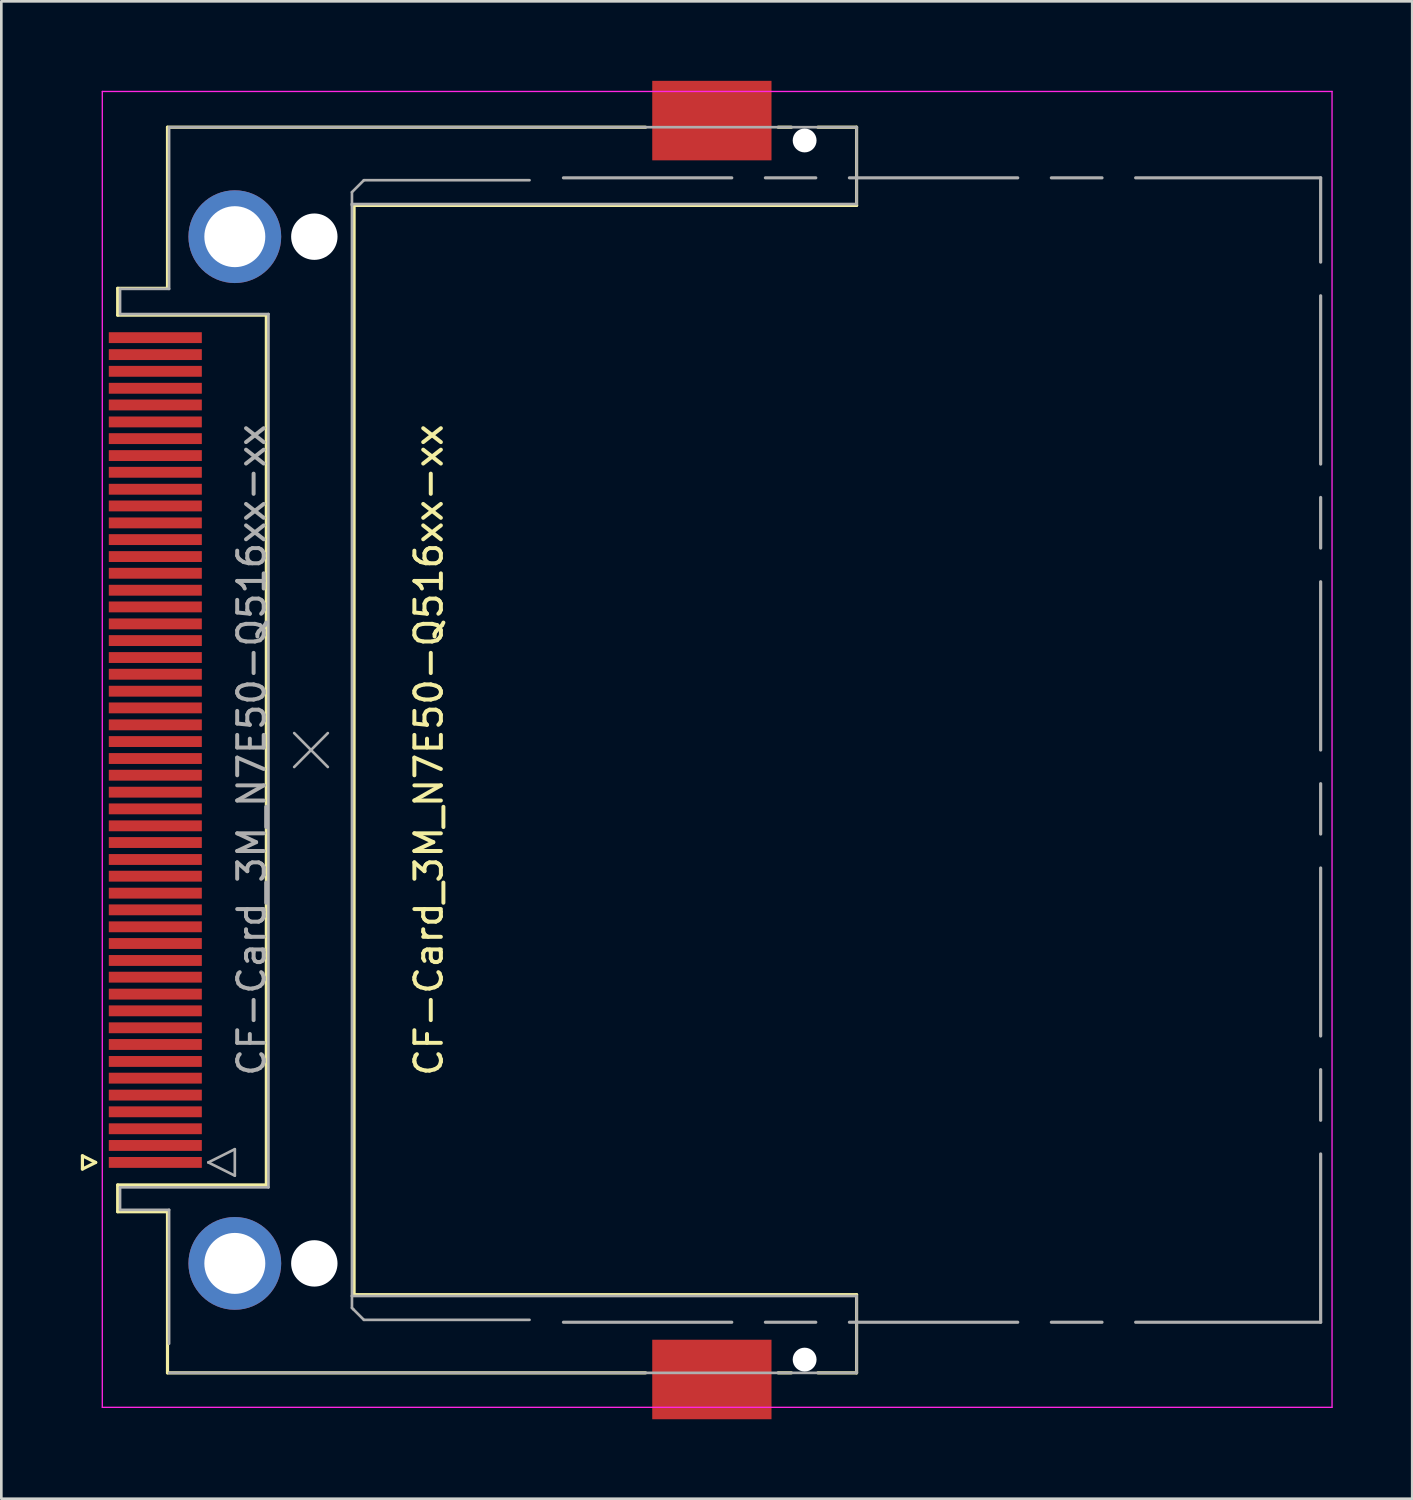
<source format=kicad_pcb>
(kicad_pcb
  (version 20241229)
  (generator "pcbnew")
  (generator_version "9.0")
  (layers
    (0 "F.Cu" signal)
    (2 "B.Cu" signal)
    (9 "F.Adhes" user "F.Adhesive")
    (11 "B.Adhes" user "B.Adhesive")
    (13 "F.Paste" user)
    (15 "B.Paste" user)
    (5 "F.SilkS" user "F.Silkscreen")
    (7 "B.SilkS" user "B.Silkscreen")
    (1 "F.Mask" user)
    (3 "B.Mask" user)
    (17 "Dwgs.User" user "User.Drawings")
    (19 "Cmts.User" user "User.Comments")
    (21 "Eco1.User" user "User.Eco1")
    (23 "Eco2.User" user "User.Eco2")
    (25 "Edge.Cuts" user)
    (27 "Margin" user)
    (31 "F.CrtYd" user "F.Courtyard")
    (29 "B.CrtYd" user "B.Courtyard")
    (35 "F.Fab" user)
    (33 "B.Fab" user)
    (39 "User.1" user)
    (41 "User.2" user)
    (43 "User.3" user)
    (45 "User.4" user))
  (footprint "CF-Card_3M_N7E50-Q516xx-xx"
    (layer "F.Cu")
    (at 5.91 25.25)
    (property "Reference" "CF-Card_3M_N7E50-Q516xx-xx" (at 7.22 0 270) (layer "F.SilkS") (effects (font (size 1 1) (thickness 0.15))))
    (attr smd)
    (fp_line (start -5.85 15.31) (end -5.35 15.56) (stroke (width 0.12) (type solid)) (layer "F.SilkS"))
    (fp_line (start -5.85 15.81) (end -5.85 15.31) (stroke (width 0.12) (type solid)) (layer "F.SilkS"))
    (fp_line (start -5.35 15.56) (end -5.85 15.81) (stroke (width 0.12) (type solid)) (layer "F.SilkS"))
    (fp_line (start -4.52 -17.42) (end -2.64 -17.42) (stroke (width 0.12) (type solid)) (layer "F.SilkS"))
    (fp_line (start -4.52 -16.41) (end -4.52 -17.42) (stroke (width 0.12) (type solid)) (layer "F.SilkS"))
    (fp_line (start -4.52 16.41) (end 1.09 16.41) (stroke (width 0.12) (type solid)) (layer "F.SilkS"))
    (fp_line (start -4.52 17.42) (end -4.52 16.41) (stroke (width 0.12) (type solid)) (layer "F.SilkS"))
    (fp_line (start -2.64 -23.5) (end 15.4 -23.5) (stroke (width 0.12) (type solid)) (layer "F.SilkS"))
    (fp_line (start -2.64 -17.42) (end -2.64 -23.5) (stroke (width 0.12) (type solid)) (layer "F.SilkS"))
    (fp_line (start -2.64 17.42) (end -4.52 17.42) (stroke (width 0.12) (type solid)) (layer "F.SilkS"))
    (fp_line (start -2.64 23.5) (end -2.64 17.42) (stroke (width 0.12) (type solid)) (layer "F.SilkS"))
    (fp_line (start 1.09 -16.41) (end -4.52 -16.41) (stroke (width 0.12) (type solid)) (layer "F.SilkS"))
    (fp_line (start 1.09 16.41) (end 1.09 -16.41) (stroke (width 0.12) (type solid)) (layer "F.SilkS"))
    (fp_line (start 4.4 -20.55) (end 23.36 -20.55) (stroke (width 0.12) (type solid)) (layer "F.SilkS"))
    (fp_line (start 4.4 20.55) (end 4.4 -20.55) (stroke (width 0.12) (type solid)) (layer "F.SilkS"))
    (fp_line (start 15.4 23.5) (end -2.64 23.5) (stroke (width 0.12) (type solid)) (layer "F.SilkS"))
    (fp_line (start 20.4 23.5) (end 20.9 23.5) (stroke (width 0.12) (type solid)) (layer "F.SilkS"))
    (fp_line (start 20.9 -23.5) (end 20.4 -23.5) (stroke (width 0.12) (type solid)) (layer "F.SilkS"))
    (fp_line (start 23.36 -23.5) (end 21.9 -23.5) (stroke (width 0.12) (type solid)) (layer "F.SilkS"))
    (fp_line (start 23.36 -20.55) (end 23.36 -23.5) (stroke (width 0.12) (type solid)) (layer "F.SilkS"))
    (fp_line (start 23.36 20.55) (end 4.4 20.55) (stroke (width 0.12) (type solid)) (layer "F.SilkS"))
    (fp_line (start 23.36 23.5) (end 21.9 23.5) (stroke (width 0.12) (type solid)) (layer "F.SilkS"))
    (fp_line (start 23.36 23.5) (end 23.36 20.55) (stroke (width 0.12) (type solid)) (layer "F.SilkS"))
    (fp_line (start -5.1 -24.85) (end 41.3 -24.85) (stroke (width 0.05) (type solid)) (layer "F.CrtYd"))
    (fp_line (start -5.1 24.8) (end -5.1 -24.85) (stroke (width 0.05) (type solid)) (layer "F.CrtYd"))
    (fp_line (start -5.1 24.8) (end 41.3 24.8) (stroke (width 0.05) (type solid)) (layer "F.CrtYd"))
    (fp_line (start 41.3 24.8) (end 41.3 -24.85) (stroke (width 0.05) (type solid)) (layer "F.CrtYd"))
    (fp_line (start -4.43 -17.4) (end -4.43 -16.45) (stroke (width 0.1) (type solid)) (layer "F.Fab"))
    (fp_line (start -4.43 -16.45) (end 1.17 -16.45) (stroke (width 0.1) (type solid)) (layer "F.Fab"))
    (fp_line (start -4.43 16.5) (end -4.43 17.35) (stroke (width 0.1) (type solid)) (layer "F.Fab"))
    (fp_line (start -4.43 17.35) (end -2.58 17.35) (stroke (width 0.1) (type solid)) (layer "F.Fab"))
    (fp_line (start -2.58 -23.5) (end -2.58 -17.4) (stroke (width 0.1) (type solid)) (layer "F.Fab"))
    (fp_line (start -2.58 -17.4) (end -4.43 -17.4) (stroke (width 0.1) (type solid)) (layer "F.Fab"))
    (fp_line (start -2.58 17.35) (end -2.58 22.4) (stroke (width 0.1) (type solid)) (layer "F.Fab"))
    (fp_line (start -2.58 23.5) (end 23.36 23.5) (stroke (width 0.1) (type solid)) (layer "F.Fab"))
    (fp_line (start -1.1 15.56) (end -0.1 15.06) (stroke (width 0.1) (type solid)) (layer "F.Fab"))
    (fp_line (start -0.1 15.06) (end -0.1 16.06) (stroke (width 0.1) (type solid)) (layer "F.Fab"))
    (fp_line (start -0.1 16.06) (end -1.1 15.56) (stroke (width 0.1) (type solid)) (layer "F.Fab"))
    (fp_line (start 1.17 -16.45) (end 1.17 16.5) (stroke (width 0.1) (type solid)) (layer "F.Fab"))
    (fp_line (start 1.17 16.5) (end -4.43 16.5) (stroke (width 0.1) (type solid)) (layer "F.Fab"))
    (fp_line (start 2.14 -0.64) (end 3.41 0.64) (stroke (width 0.1) (type solid)) (layer "F.Fab"))
    (fp_line (start 2.14 0.64) (end 3.41 -0.64) (stroke (width 0.1) (type solid)) (layer "F.Fab"))
    (fp_line (start 4.32 -21.05) (end 4.32 -20.55) (stroke (width 0.1) (type solid)) (layer "F.Fab"))
    (fp_line (start 4.32 -20.6) (end 23.36 -20.6) (stroke (width 0.1) (type solid)) (layer "F.Fab"))
    (fp_line (start 4.32 20.6) (end 4.32 -20.6) (stroke (width 0.1) (type solid)) (layer "F.Fab"))
    (fp_line (start 4.32 21.05) (end 4.32 20.6) (stroke (width 0.1) (type solid)) (layer "F.Fab"))
    (fp_line (start 4.37 21.1) (end 4.32 21.05) (stroke (width 0.1) (type solid)) (layer "F.Fab"))
    (fp_line (start 4.77 -21.5) (end 4.32 -21.05) (stroke (width 0.1) (type solid)) (layer "F.Fab"))
    (fp_line (start 4.77 21.5) (end 4.37 21.1) (stroke (width 0.1) (type solid)) (layer "F.Fab"))
    (fp_line (start 11.02 -21.5) (end 4.77 -21.5) (stroke (width 0.1) (type solid)) (layer "F.Fab"))
    (fp_line (start 11.02 21.5) (end 4.77 21.5) (stroke (width 0.1) (type solid)) (layer "F.Fab"))
    (fp_line (start 12.3 -21.59) (end 18.65 -21.59) (stroke (width 0.12) (type solid)) (layer "F.Fab"))
    (fp_line (start 12.3 21.59) (end 18.65 21.59) (stroke (width 0.12) (type solid)) (layer "F.Fab"))
    (fp_line (start 19.92 -21.59) (end 21.82 -21.59) (stroke (width 0.12) (type solid)) (layer "F.Fab"))
    (fp_line (start 19.92 21.59) (end 21.82 21.59) (stroke (width 0.12) (type solid)) (layer "F.Fab"))
    (fp_line (start 23.09 -21.59) (end 29.44 -21.59) (stroke (width 0.12) (type solid)) (layer "F.Fab"))
    (fp_line (start 23.09 21.59) (end 29.44 21.59) (stroke (width 0.12) (type solid)) (layer "F.Fab"))
    (fp_line (start 23.36 -23.5) (end -2.58 -23.5) (stroke (width 0.1) (type solid)) (layer "F.Fab"))
    (fp_line (start 23.36 -20.6) (end 23.36 -23.5) (stroke (width 0.1) (type solid)) (layer "F.Fab"))
    (fp_line (start 23.36 20.6) (end 4.32 20.6) (stroke (width 0.1) (type solid)) (layer "F.Fab"))
    (fp_line (start 23.36 23.5) (end 23.36 20.6) (stroke (width 0.1) (type solid)) (layer "F.Fab"))
    (fp_line (start 30.71 -21.59) (end 32.62 -21.59) (stroke (width 0.12) (type solid)) (layer "F.Fab"))
    (fp_line (start 30.71 21.59) (end 32.62 21.59) (stroke (width 0.12) (type solid)) (layer "F.Fab"))
    (fp_line (start 33.89 -21.59) (end 40.87 -21.59) (stroke (width 0.12) (type solid)) (layer "F.Fab"))
    (fp_line (start 33.89 21.59) (end 40.87 21.59) (stroke (width 0.12) (type solid)) (layer "F.Fab"))
    (fp_line (start 40.87 -18.41) (end 40.87 -21.59) (stroke (width 0.12) (type solid)) (layer "F.Fab"))
    (fp_line (start 40.87 -10.79) (end 40.87 -17.14) (stroke (width 0.12) (type solid)) (layer "F.Fab"))
    (fp_line (start 40.87 -7.62) (end 40.87 -9.53) (stroke (width 0.12) (type solid)) (layer "F.Fab"))
    (fp_line (start 40.87 0) (end 40.87 -6.35) (stroke (width 0.12) (type solid)) (layer "F.Fab"))
    (fp_line (start 40.87 3.17) (end 40.87 1.27) (stroke (width 0.12) (type solid)) (layer "F.Fab"))
    (fp_line (start 40.87 10.79) (end 40.87 4.45) (stroke (width 0.12) (type solid)) (layer "F.Fab"))
    (fp_line (start 40.87 13.97) (end 40.87 12.06) (stroke (width 0.12) (type solid)) (layer "F.Fab"))
    (fp_line (start 40.87 21.59) (end 40.87 15.24) (stroke (width 0.12) (type solid)) (layer "F.Fab"))
    (fp_text user "${REFERENCE}" (at 0.535 0 270) (layer "F.Fab") (effects (font (size 1 1) (thickness 0.15))))
    (pad "" np_thru_hole circle (at 2.9 -19.37 90) (size 1.75 1.75) (drill 1.75) (layers "*.Cu" "*.Mask"))
    (pad "" np_thru_hole circle (at 2.9 19.37 90) (size 1.75 1.75) (drill 1.75) (layers "*.Cu" "*.Mask"))
    (pad "" np_thru_hole circle (at 21.4 -23 90) (size 0.9 0.9) (drill 0.9) (layers "*.Cu" "*.Mask"))
    (pad "" np_thru_hole circle (at 21.4 23 90) (size 0.9 0.9) (drill 0.9) (layers "*.Cu" "*.Mask"))
    (pad "1" smd rect (at -3.1 15.56 270) (size 0.41 3.51) (layers "F.Cu" "F.Mask" "F.Paste"))
    (pad "2" smd rect (at -3.1 14.29 270) (size 0.41 3.51) (layers "F.Cu" "F.Mask" "F.Paste"))
    (pad "3" smd rect (at -3.1 13.02 270) (size 0.41 3.51) (layers "F.Cu" "F.Mask" "F.Paste"))
    (pad "4" smd rect (at -3.1 11.75 270) (size 0.41 3.51) (layers "F.Cu" "F.Mask" "F.Paste"))
    (pad "5" smd rect (at -3.1 10.48 270) (size 0.41 3.51) (layers "F.Cu" "F.Mask" "F.Paste"))
    (pad "6" smd rect (at -3.1 9.21 270) (size 0.41 3.51) (layers "F.Cu" "F.Mask" "F.Paste"))
    (pad "7" smd rect (at -3.1 7.94 270) (size 0.41 3.51) (layers "F.Cu" "F.Mask" "F.Paste"))
    (pad "8" smd rect (at -3.1 6.67 270) (size 0.41 3.51) (layers "F.Cu" "F.Mask" "F.Paste"))
    (pad "9" smd rect (at -3.1 5.4 270) (size 0.41 3.51) (layers "F.Cu" "F.Mask" "F.Paste"))
    (pad "10" smd rect (at -3.1 4.13 270) (size 0.41 3.51) (layers "F.Cu" "F.Mask" "F.Paste"))
    (pad "11" smd rect (at -3.1 2.86 270) (size 0.41 3.51) (layers "F.Cu" "F.Mask" "F.Paste"))
    (pad "12" smd rect (at -3.1 1.59 270) (size 0.41 3.51) (layers "F.Cu" "F.Mask" "F.Paste"))
    (pad "13" smd rect (at -3.1 0.32 270) (size 0.41 3.51) (layers "F.Cu" "F.Mask" "F.Paste"))
    (pad "14" smd rect (at -3.1 -0.95 270) (size 0.41 3.51) (layers "F.Cu" "F.Mask" "F.Paste"))
    (pad "15" smd rect (at -3.1 -2.22 270) (size 0.41 3.51) (layers "F.Cu" "F.Mask" "F.Paste"))
    (pad "16" smd rect (at -3.1 -3.49 270) (size 0.41 3.51) (layers "F.Cu" "F.Mask" "F.Paste"))
    (pad "17" smd rect (at -3.1 -4.76 270) (size 0.41 3.51) (layers "F.Cu" "F.Mask" "F.Paste"))
    (pad "18" smd rect (at -3.1 -6.03 270) (size 0.41 3.51) (layers "F.Cu" "F.Mask" "F.Paste"))
    (pad "19" smd rect (at -3.1 -7.3 270) (size 0.41 3.51) (layers "F.Cu" "F.Mask" "F.Paste"))
    (pad "20" smd rect (at -3.1 -8.57 270) (size 0.41 3.51) (layers "F.Cu" "F.Mask" "F.Paste"))
    (pad "21" smd rect (at -3.1 -9.84 270) (size 0.41 3.51) (layers "F.Cu" "F.Mask" "F.Paste"))
    (pad "22" smd rect (at -3.1 -11.11 270) (size 0.41 3.51) (layers "F.Cu" "F.Mask" "F.Paste"))
    (pad "23" smd rect (at -3.1 -12.38 270) (size 0.41 3.51) (layers "F.Cu" "F.Mask" "F.Paste"))
    (pad "24" smd rect (at -3.1 -13.65 270) (size 0.41 3.51) (layers "F.Cu" "F.Mask" "F.Paste"))
    (pad "25" smd rect (at -3.1 -14.92 270) (size 0.41 3.51) (layers "F.Cu" "F.Mask" "F.Paste"))
    (pad "26" smd rect (at -3.1 14.92 270) (size 0.41 3.51) (layers "F.Cu" "F.Mask" "F.Paste"))
    (pad "27" smd rect (at -3.1 13.65 270) (size 0.41 3.51) (layers "F.Cu" "F.Mask" "F.Paste"))
    (pad "28" smd rect (at -3.1 12.38 270) (size 0.41 3.51) (layers "F.Cu" "F.Mask" "F.Paste"))
    (pad "29" smd rect (at -3.1 11.11 270) (size 0.41 3.51) (layers "F.Cu" "F.Mask" "F.Paste"))
    (pad "30" smd rect (at -3.1 9.84 270) (size 0.41 3.51) (layers "F.Cu" "F.Mask" "F.Paste"))
    (pad "31" smd rect (at -3.1 8.57 270) (size 0.41 3.51) (layers "F.Cu" "F.Mask" "F.Paste"))
    (pad "32" smd rect (at -3.1 7.3 270) (size 0.41 3.51) (layers "F.Cu" "F.Mask" "F.Paste"))
    (pad "33" smd rect (at -3.1 6.03 270) (size 0.41 3.51) (layers "F.Cu" "F.Mask" "F.Paste"))
    (pad "34" smd rect (at -3.1 4.76 270) (size 0.41 3.51) (layers "F.Cu" "F.Mask" "F.Paste"))
    (pad "35" smd rect (at -3.1 3.49 270) (size 0.41 3.51) (layers "F.Cu" "F.Mask" "F.Paste"))
    (pad "36" smd rect (at -3.1 2.22 270) (size 0.41 3.51) (layers "F.Cu" "F.Mask" "F.Paste"))
    (pad "37" smd rect (at -3.1 0.95 270) (size 0.41 3.51) (layers "F.Cu" "F.Mask" "F.Paste"))
    (pad "38" smd rect (at -3.1 -0.32 270) (size 0.41 3.51) (layers "F.Cu" "F.Mask" "F.Paste"))
    (pad "39" smd rect (at -3.1 -1.59 270) (size 0.41 3.51) (layers "F.Cu" "F.Mask" "F.Paste"))
    (pad "40" smd rect (at -3.1 -2.86 270) (size 0.41 3.51) (layers "F.Cu" "F.Mask" "F.Paste"))
    (pad "41" smd rect (at -3.1 -4.13 270) (size 0.41 3.51) (layers "F.Cu" "F.Mask" "F.Paste"))
    (pad "42" smd rect (at -3.1 -5.4 270) (size 0.41 3.51) (layers "F.Cu" "F.Mask" "F.Paste"))
    (pad "43" smd rect (at -3.1 -6.67 270) (size 0.41 3.51) (layers "F.Cu" "F.Mask" "F.Paste"))
    (pad "44" smd rect (at -3.1 -7.94 270) (size 0.41 3.51) (layers "F.Cu" "F.Mask" "F.Paste"))
    (pad "45" smd rect (at -3.1 -9.21 270) (size 0.41 3.51) (layers "F.Cu" "F.Mask" "F.Paste"))
    (pad "46" smd rect (at -3.1 -10.48 270) (size 0.41 3.51) (layers "F.Cu" "F.Mask" "F.Paste"))
    (pad "47" smd rect (at -3.1 -11.75 270) (size 0.41 3.51) (layers "F.Cu" "F.Mask" "F.Paste"))
    (pad "48" smd rect (at -3.1 -13.02 270) (size 0.41 3.51) (layers "F.Cu" "F.Mask" "F.Paste"))
    (pad "49" smd rect (at -3.1 -14.29 270) (size 0.41 3.51) (layers "F.Cu" "F.Mask" "F.Paste"))
    (pad "50" smd rect (at -3.1 -15.56 270) (size 0.41 3.51) (layers "F.Cu" "F.Mask" "F.Paste"))
    (pad "51" thru_hole circle (at -0.1 -19.37 90) (size 3.5 3.5) (drill 2.3) (layers "*.Cu" "*.Mask"))
    (pad "52" thru_hole circle (at -0.1 19.37 90) (size 3.5 3.5) (drill 2.3) (layers "*.Cu" "*.Mask"))
    (pad "53" smd rect (at 17.9 -23.75 90) (size 3 4.5) (layers "F.Cu" "F.Mask" "F.Paste"))
    (pad "54" smd rect (at 17.9 23.75 90) (size 3 4.5) (layers "F.Cu" "F.Mask" "F.Paste")))
  (gr_rect
    (start -3 -3)
    (end 50.235 53.5)
    (stroke (width 0.1) (type default))
    (fill no)
    (layer "Edge.Cuts")))
</source>
